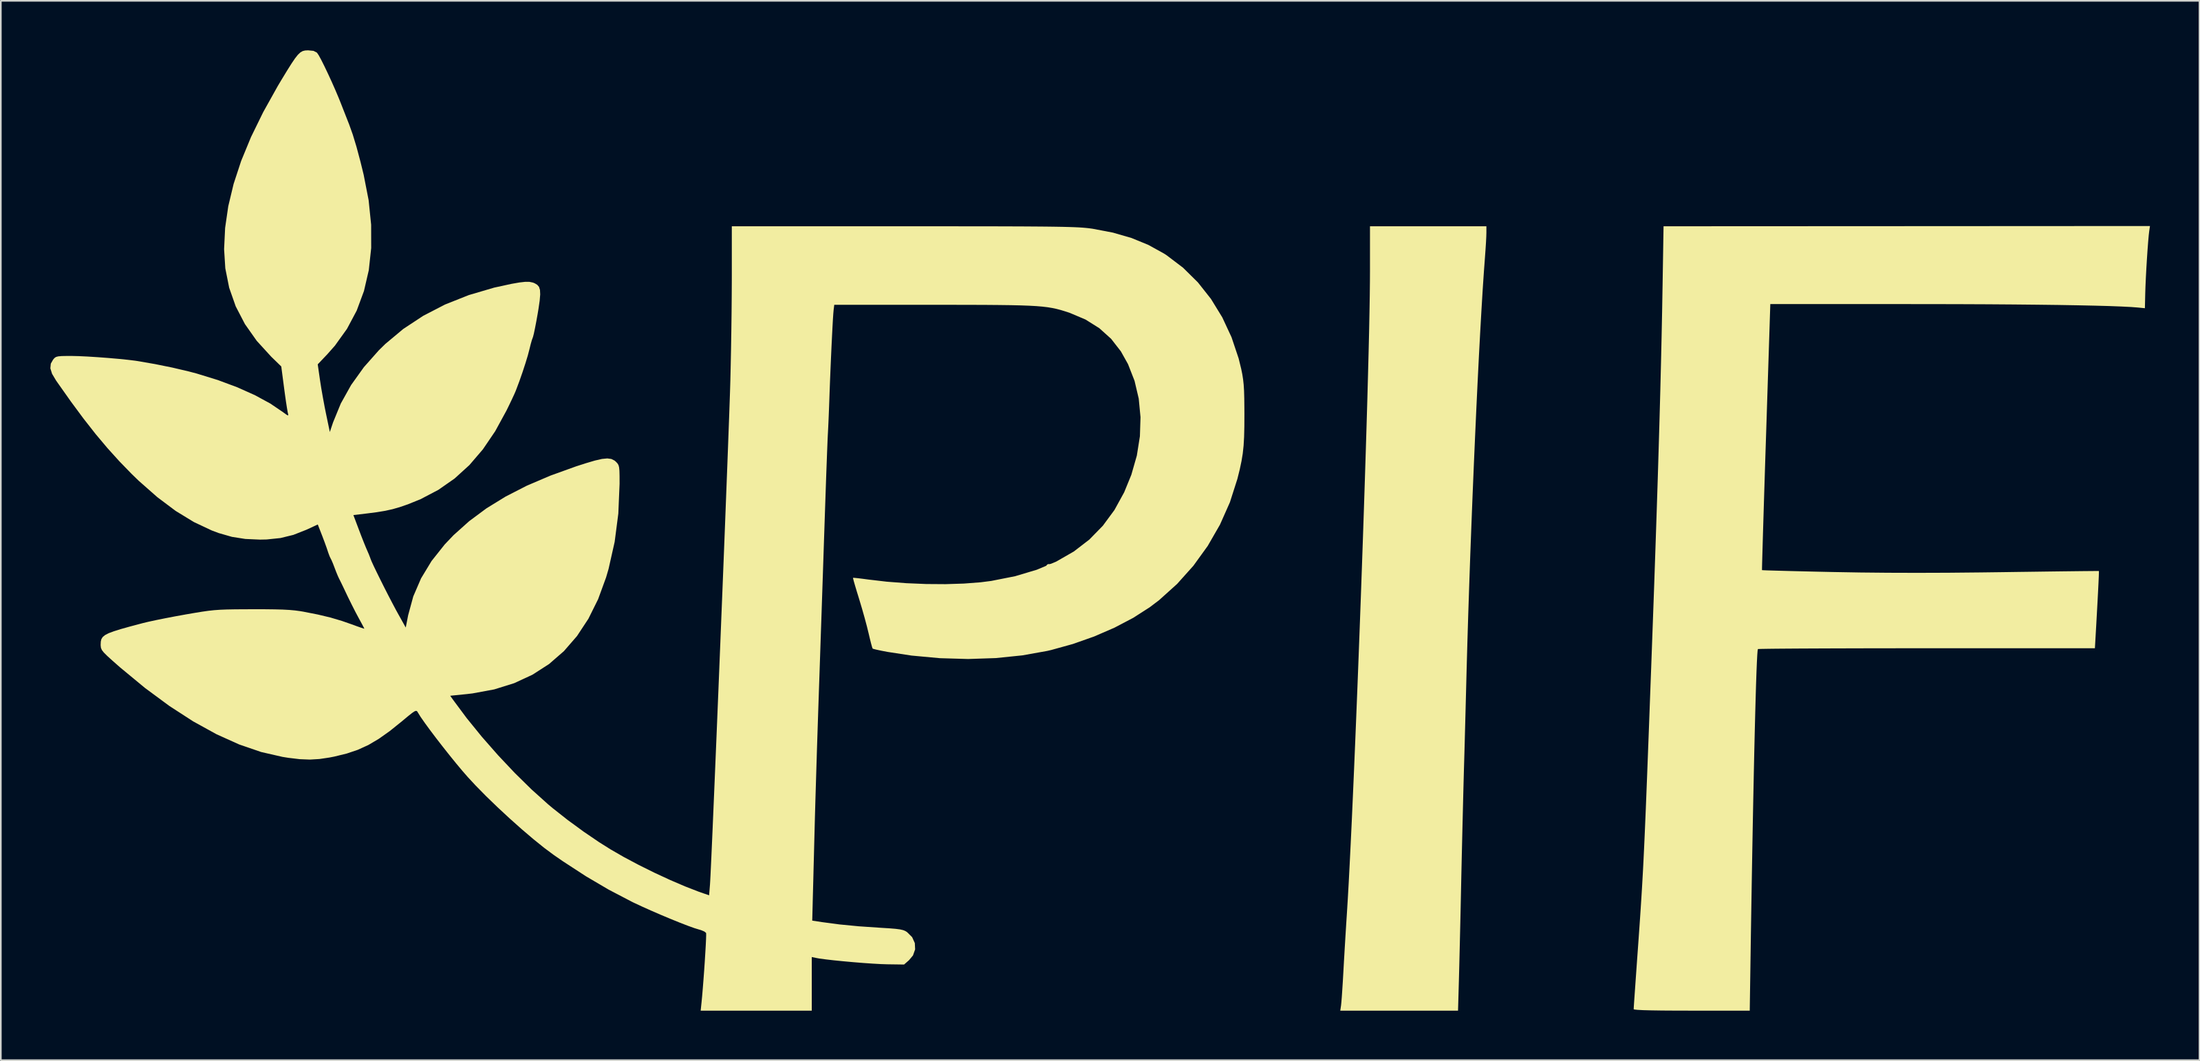
<source format=kicad_pcb>
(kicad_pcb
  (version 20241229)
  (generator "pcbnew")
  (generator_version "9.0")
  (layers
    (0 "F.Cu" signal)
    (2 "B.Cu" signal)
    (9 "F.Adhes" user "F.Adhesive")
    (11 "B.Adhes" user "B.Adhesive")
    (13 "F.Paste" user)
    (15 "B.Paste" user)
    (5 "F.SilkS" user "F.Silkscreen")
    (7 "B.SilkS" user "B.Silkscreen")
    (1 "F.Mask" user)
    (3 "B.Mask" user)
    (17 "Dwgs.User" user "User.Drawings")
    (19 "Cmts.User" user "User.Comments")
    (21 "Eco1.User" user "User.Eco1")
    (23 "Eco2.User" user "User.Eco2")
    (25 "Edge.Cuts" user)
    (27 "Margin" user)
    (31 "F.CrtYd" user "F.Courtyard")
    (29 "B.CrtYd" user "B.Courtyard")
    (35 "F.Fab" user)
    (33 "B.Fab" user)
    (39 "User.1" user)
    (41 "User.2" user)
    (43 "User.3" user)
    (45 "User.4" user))
  (footprint "pif"
    (layer "F.Cu")
    (at 61.577 31.601)
    (property "Reference" "pif" (at 0 0 0) (layer "F.SilkS") (effects (font (size 1.5 1.5) (thickness 0.3))))
    (attr board_only exclude_from_pos_files exclude_from_bom)
    (fp_poly (pts (xy 25.4 -20.549) (xy 25.393 -20.308) (xy 25.375 -19.948) (xy 25.347 -19.52) (xy 25.317 -19.105) (xy 25.248 -18.172) (xy 25.175 -17.085) (xy 25.101 -15.859) (xy 25.024 -14.507) (xy 24.946 -13.046) (xy 24.868 -11.491) (xy 24.79 -9.856) (xy 24.713 -8.157) (xy 24.637 -6.409) (xy 24.563 -4.627) (xy 24.492 -2.826) (xy 24.424 -1.021) (xy 24.361 0.773) (xy 24.302 2.541) (xy 24.249 4.268) (xy 24.202 5.938) (xy 24.167 7.306) (xy 24.152 7.872) (xy 24.134 8.566) (xy 24.113 9.348) (xy 24.091 10.176) (xy 24.068 11.008) (xy 24.045 11.804) (xy 24.041 11.935) (xy 24.022 12.635) (xy 24 13.469) (xy 23.977 14.403) (xy 23.952 15.402) (xy 23.928 16.43) (xy 23.904 17.453) (xy 23.882 18.434) (xy 23.873 18.859) (xy 23.854 19.759) (xy 23.834 20.672) (xy 23.813 21.571) (xy 23.793 22.429) (xy 23.774 23.217) (xy 23.757 23.91) (xy 23.742 24.479) (xy 23.734 24.784) (xy 23.682 26.589) (xy 20.116 26.589) (xy 16.55 26.589) (xy 16.597 26.271) (xy 16.616 26.088) (xy 16.642 25.768) (xy 16.671 25.342) (xy 16.703 24.843) (xy 16.734 24.303) (xy 16.737 24.253) (xy 16.773 23.604) (xy 16.817 22.85) (xy 16.865 22.056) (xy 16.913 21.287) (xy 16.952 20.685) (xy 17.005 19.826) (xy 17.062 18.82) (xy 17.121 17.678) (xy 17.184 16.414) (xy 17.249 15.04) (xy 17.315 13.568) (xy 17.383 12.01) (xy 17.452 10.378) (xy 17.521 8.686) (xy 17.591 6.944) (xy 17.66 5.165) (xy 17.728 3.362) (xy 17.795 1.547) (xy 17.86 -0.268) (xy 17.923 -2.071) (xy 17.983 -3.85) (xy 18.04 -5.591) (xy 18.094 -7.284) (xy 18.144 -8.915) (xy 18.19 -10.472) (xy 18.23 -11.944) (xy 18.266 -13.317) (xy 18.296 -14.58) (xy 18.319 -15.721) (xy 18.336 -16.726) (xy 18.346 -17.585) (xy 18.349 -18.182) (xy 18.349 -20.94) (xy 21.875 -20.94) (xy 25.4 -20.94)) (stroke (width 0) (type solid)) (fill yes) (layer "F.SilkS"))
    (fp_poly (pts (xy 65.546 -20.65) (xy 65.516 -20.39) (xy 65.481 -19.997) (xy 65.444 -19.507) (xy 65.407 -18.956) (xy 65.372 -18.381) (xy 65.342 -17.819) (xy 65.319 -17.306) (xy 65.305 -16.886) (xy 65.284 -15.975) (xy 64.859 -16.017) (xy 64.439 -16.049) (xy 63.856 -16.078) (xy 63.116 -16.106) (xy 62.227 -16.13) (xy 61.194 -16.152) (xy 60.025 -16.172) (xy 58.726 -16.188) (xy 57.304 -16.202) (xy 55.765 -16.213) (xy 54.117 -16.22) (xy 52.366 -16.224) (xy 50.939 -16.225) (xy 42.596 -16.225) (xy 42.336 -8.176) (xy 42.298 -7.023) (xy 42.263 -5.918) (xy 42.23 -4.874) (xy 42.2 -3.902) (xy 42.173 -3.015) (xy 42.149 -2.223) (xy 42.129 -1.539) (xy 42.113 -0.974) (xy 42.101 -0.541) (xy 42.094 -0.25) (xy 42.093 -0.113) (xy 42.093 -0.104) (xy 42.179 -0.098) (xy 42.419 -0.088) (xy 42.796 -0.077) (xy 43.295 -0.063) (xy 43.901 -0.047) (xy 44.595 -0.03) (xy 45.364 -0.012) (xy 46.19 0.006) (xy 46.434 0.011) (xy 48.054 0.039) (xy 49.731 0.055) (xy 51.491 0.06) (xy 53.357 0.054) (xy 55.354 0.035) (xy 56.619 0.019) (xy 57.601 0.005) (xy 58.531 -0.007) (xy 59.397 -0.019) (xy 60.184 -0.029) (xy 60.879 -0.037) (xy 61.468 -0.044) (xy 61.937 -0.048) (xy 62.273 -0.051) (xy 62.461 -0.051) (xy 62.498 -0.05) (xy 62.499 0.037) (xy 62.491 0.28) (xy 62.474 0.662) (xy 62.449 1.169) (xy 62.416 1.788) (xy 62.377 2.502) (xy 62.333 3.297) (xy 62.3 3.865) (xy 62.256 4.63) (xy 52.075 4.63) (xy 50.774 4.63) (xy 49.52 4.631) (xy 48.324 4.633) (xy 47.197 4.636) (xy 46.148 4.639) (xy 45.189 4.643) (xy 44.329 4.647) (xy 43.579 4.652) (xy 42.951 4.657) (xy 42.453 4.663) (xy 42.096 4.669) (xy 41.892 4.675) (xy 41.845 4.679) (xy 41.826 4.781) (xy 41.806 5.046) (xy 41.784 5.467) (xy 41.76 6.039) (xy 41.735 6.755) (xy 41.709 7.607) (xy 41.682 8.591) (xy 41.654 9.698) (xy 41.625 10.923) (xy 41.596 12.258) (xy 41.566 13.698) (xy 41.536 15.236) (xy 41.506 16.865) (xy 41.476 18.579) (xy 41.446 20.371) (xy 41.416 22.235) (xy 41.403 23.128) (xy 41.351 26.589) (xy 37.835 26.589) (xy 36.855 26.587) (xy 36.04 26.582) (xy 35.388 26.572) (xy 34.894 26.559) (xy 34.554 26.541) (xy 34.365 26.52) (xy 34.32 26.5) (xy 34.326 26.398) (xy 34.342 26.145) (xy 34.369 25.76) (xy 34.404 25.259) (xy 34.446 24.662) (xy 34.494 23.987) (xy 34.546 23.253) (xy 34.571 22.91) (xy 34.622 22.199) (xy 34.668 21.541) (xy 34.711 20.923) (xy 34.75 20.333) (xy 34.787 19.76) (xy 34.822 19.192) (xy 34.855 18.616) (xy 34.888 18.021) (xy 34.92 17.395) (xy 34.952 16.725) (xy 34.985 16.001) (xy 35.019 15.209) (xy 35.056 14.338) (xy 35.094 13.376) (xy 35.136 12.311) (xy 35.181 11.131) (xy 35.231 9.824) (xy 35.285 8.378) (xy 35.344 6.782) (xy 35.382 5.777) (xy 35.476 3.206) (xy 35.563 0.794) (xy 35.641 -1.473) (xy 35.713 -3.605) (xy 35.778 -5.616) (xy 35.836 -7.516) (xy 35.888 -9.318) (xy 35.935 -11.033) (xy 35.976 -12.674) (xy 36.012 -14.252) (xy 36.043 -15.78) (xy 36.069 -17.268) (xy 36.072 -17.415) (xy 36.13 -20.94) (xy 50.861 -20.947) (xy 65.591 -20.955)) (stroke (width 0) (type solid)) (fill yes) (layer "F.SilkS"))
    (fp_poly (pts (xy -45.638 -31.569) (xy -45.437 -31.465) (xy -45.421 -31.448) (xy -45.32 -31.297) (xy -45.168 -31.018) (xy -44.979 -30.64) (xy -44.765 -30.192) (xy -44.54 -29.704) (xy -44.319 -29.204) (xy -44.115 -28.721) (xy -43.993 -28.419) (xy -43.832 -28.007) (xy -43.671 -27.598) (xy -43.535 -27.251) (xy -43.477 -27.104) (xy -43.262 -26.501) (xy -43.034 -25.75) (xy -42.792 -24.843) (xy -42.602 -24.069) (xy -42.3 -22.518) (xy -42.148 -21.034) (xy -42.145 -19.62) (xy -42.29 -18.28) (xy -42.583 -17.016) (xy -43.023 -15.829) (xy -43.611 -14.724) (xy -44.344 -13.703) (xy -44.799 -13.189) (xy -45.383 -12.574) (xy -45.245 -11.618) (xy -45.169 -11.131) (xy -45.069 -10.559) (xy -44.961 -9.978) (xy -44.878 -9.568) (xy -44.65 -8.474) (xy -44.454 -9.058) (xy -43.986 -10.2) (xy -43.361 -11.321) (xy -42.588 -12.402) (xy -41.681 -13.426) (xy -41.286 -13.813) (xy -40.204 -14.717) (xy -38.995 -15.514) (xy -37.669 -16.2) (xy -36.232 -16.771) (xy -34.695 -17.223) (xy -33.652 -17.45) (xy -33.171 -17.534) (xy -32.818 -17.574) (xy -32.557 -17.572) (xy -32.35 -17.529) (xy -32.248 -17.489) (xy -32.089 -17.395) (xy -31.98 -17.267) (xy -31.921 -17.081) (xy -31.908 -16.814) (xy -31.939 -16.44) (xy -32.012 -15.937) (xy -32.063 -15.63) (xy -32.145 -15.172) (xy -32.223 -14.767) (xy -32.29 -14.447) (xy -32.341 -14.245) (xy -32.357 -14.199) (xy -32.412 -14.049) (xy -32.486 -13.788) (xy -32.564 -13.473) (xy -32.566 -13.465) (xy -32.662 -13.1) (xy -32.806 -12.628) (xy -32.98 -12.096) (xy -33.169 -11.555) (xy -33.357 -11.054) (xy -33.411 -10.917) (xy -33.489 -10.74) (xy -33.623 -10.452) (xy -33.793 -10.096) (xy -33.953 -9.769) (xy -34.635 -8.52) (xy -35.38 -7.423) (xy -36.196 -6.471) (xy -37.092 -5.656) (xy -38.076 -4.969) (xy -39.157 -4.402) (xy -39.926 -4.091) (xy -40.411 -3.924) (xy -40.848 -3.798) (xy -41.293 -3.699) (xy -41.802 -3.615) (xy -42.37 -3.542) (xy -43.223 -3.44) (xy -42.887 -2.548) (xy -42.734 -2.147) (xy -42.585 -1.769) (xy -42.46 -1.463) (xy -42.397 -1.317) (xy -42.286 -1.06) (xy -42.201 -0.841) (xy -42.186 -0.796) (xy -42.119 -0.63) (xy -41.988 -0.344) (xy -41.805 0.036) (xy -41.586 0.48) (xy -41.346 0.96) (xy -41.098 1.446) (xy -40.856 1.91) (xy -40.636 2.324) (xy -40.507 2.558) (xy -40.052 3.374) (xy -39.906 2.627) (xy -39.596 1.488) (xy -39.124 0.393) (xy -38.488 -0.658) (xy -37.687 -1.666) (xy -37.152 -2.227) (xy -36.209 -3.072) (xy -35.164 -3.848) (xy -34.004 -4.562) (xy -32.718 -5.221) (xy -31.293 -5.83) (xy -29.718 -6.398) (xy -29.154 -6.579) (xy -28.595 -6.744) (xy -28.167 -6.842) (xy -27.843 -6.873) (xy -27.598 -6.84) (xy -27.406 -6.744) (xy -27.315 -6.665) (xy -27.227 -6.57) (xy -27.167 -6.47) (xy -27.13 -6.334) (xy -27.11 -6.128) (xy -27.102 -5.82) (xy -27.101 -5.377) (xy -27.101 -5.327) (xy -27.177 -3.53) (xy -27.399 -1.816) (xy -27.767 -0.18) (xy -27.919 0.34) (xy -28.401 1.658) (xy -28.988 2.841) (xy -29.679 3.89) (xy -30.473 4.805) (xy -31.372 5.586) (xy -32.375 6.232) (xy -33.482 6.745) (xy -34.693 7.123) (xy -36.008 7.366) (xy -36.37 7.408) (xy -37.359 7.508) (xy -37.177 7.765) (xy -36.359 8.865) (xy -35.444 9.992) (xy -34.462 11.111) (xy -33.446 12.189) (xy -32.427 13.19) (xy -31.436 14.081) (xy -31.149 14.321) (xy -30.254 15.028) (xy -29.296 15.73) (xy -28.338 16.382) (xy -27.645 16.818) (xy -26.838 17.283) (xy -25.94 17.76) (xy -24.995 18.229) (xy -24.045 18.669) (xy -23.134 19.06) (xy -22.303 19.383) (xy -22.031 19.478) (xy -21.678 19.598) (xy -21.625 18.952) (xy -21.613 18.754) (xy -21.594 18.397) (xy -21.57 17.891) (xy -21.54 17.249) (xy -21.506 16.481) (xy -21.467 15.597) (xy -21.425 14.609) (xy -21.379 13.528) (xy -21.33 12.365) (xy -21.278 11.13) (xy -21.224 9.835) (xy -21.169 8.49) (xy -21.112 7.107) (xy -21.055 5.695) (xy -20.997 4.267) (xy -20.94 2.833) (xy -20.882 1.404) (xy -20.826 -0.009) (xy -20.771 -1.395) (xy -20.718 -2.743) (xy -20.668 -4.042) (xy -20.62 -5.282) (xy -20.575 -6.451) (xy -20.534 -7.539) (xy -20.497 -8.534) (xy -20.464 -9.426) (xy -20.437 -10.203) (xy -20.414 -10.855) (xy -20.398 -11.372) (xy -20.39 -11.638) (xy -20.369 -12.544) (xy -20.349 -13.549) (xy -20.332 -14.605) (xy -20.318 -15.661) (xy -20.309 -16.668) (xy -20.304 -17.576) (xy -20.303 -17.924) (xy -20.303 -20.94) (xy -9.875 -20.94) (xy -8.312 -20.94) (xy -6.909 -20.939) (xy -5.657 -20.938) (xy -4.545 -20.937) (xy -3.564 -20.934) (xy -2.705 -20.931) (xy -1.958 -20.926) (xy -1.313 -20.921) (xy -0.761 -20.914) (xy -0.291 -20.906) (xy 0.106 -20.896) (xy 0.439 -20.885) (xy 0.719 -20.872) (xy 0.954 -20.856) (xy 1.155 -20.839) (xy 1.332 -20.82) (xy 1.493 -20.798) (xy 1.541 -20.792) (xy 2.786 -20.554) (xy 3.905 -20.23) (xy 4.924 -19.812) (xy 5.869 -19.29) (xy 6.034 -19.183) (xy 7.028 -18.428) (xy 7.927 -17.54) (xy 8.722 -16.533) (xy 9.404 -15.42) (xy 9.964 -14.216) (xy 10.394 -12.933) (xy 10.551 -12.293) (xy 10.616 -11.972) (xy 10.664 -11.667) (xy 10.699 -11.346) (xy 10.722 -10.973) (xy 10.735 -10.517) (xy 10.741 -9.943) (xy 10.743 -9.557) (xy 10.74 -8.804) (xy 10.725 -8.183) (xy 10.695 -7.653) (xy 10.644 -7.175) (xy 10.568 -6.712) (xy 10.465 -6.223) (xy 10.328 -5.67) (xy 10.316 -5.624) (xy 9.866 -4.217) (xy 9.264 -2.86) (xy 8.522 -1.571) (xy 7.652 -0.367) (xy 6.666 0.734) (xy 5.577 1.715) (xy 5.008 2.146) (xy 4.009 2.787) (xy 2.878 3.381) (xy 1.65 3.914) (xy 0.36 4.37) (xy -0.956 4.735) (xy -1.196 4.791) (xy -2.706 5.061) (xy -4.315 5.225) (xy -5.991 5.281) (xy -7.704 5.231) (xy -9.419 5.073) (xy -10.881 4.849) (xy -11.241 4.78) (xy -11.534 4.717) (xy -11.723 4.67) (xy -11.773 4.65) (xy -11.809 4.555) (xy -11.871 4.329) (xy -11.95 4.011) (xy -12.017 3.727) (xy -12.12 3.307) (xy -12.259 2.787) (xy -12.417 2.229) (xy -12.577 1.695) (xy -12.601 1.615) (xy -12.733 1.187) (xy -12.842 0.821) (xy -12.921 0.545) (xy -12.96 0.388) (xy -12.963 0.362) (xy -12.875 0.364) (xy -12.655 0.386) (xy -12.339 0.425) (xy -12.056 0.463) (xy -10.921 0.596) (xy -9.735 0.687) (xy -8.536 0.737) (xy -7.362 0.745) (xy -6.25 0.71) (xy -5.238 0.633) (xy -4.589 0.55) (xy -3.143 0.264) (xy -1.83 -0.128) (xy -0.645 -0.626) (xy 0.414 -1.235) (xy 1.351 -1.956) (xy 2.168 -2.792) (xy 2.871 -3.746) (xy 3.461 -4.82) (xy 3.895 -5.881) (xy 4.229 -7.047) (xy 4.414 -8.216) (xy 4.451 -9.372) (xy 4.343 -10.497) (xy 4.09 -11.574) (xy 3.694 -12.587) (xy 3.261 -13.361) (xy 2.67 -14.121) (xy 1.956 -14.764) (xy 1.122 -15.288) (xy 0.168 -15.692) (xy 0.127 -15.706) (xy -0.137 -15.792) (xy -0.385 -15.867) (xy -0.632 -15.932) (xy -0.89 -15.987) (xy -1.173 -16.034) (xy -1.493 -16.072) (xy -1.866 -16.103) (xy -2.303 -16.127) (xy -2.819 -16.146) (xy -3.426 -16.16) (xy -4.138 -16.169) (xy -4.969 -16.176) (xy -5.932 -16.179) (xy -7.04 -16.181) (xy -8.089 -16.181) (xy -14.098 -16.183) (xy -14.139 -15.843) (xy -14.156 -15.646) (xy -14.179 -15.303) (xy -14.205 -14.839) (xy -14.234 -14.277) (xy -14.265 -13.642) (xy -14.296 -12.957) (xy -14.327 -12.247) (xy -14.356 -11.535) (xy -14.382 -10.847) (xy -14.399 -10.364) (xy -14.418 -9.835) (xy -14.44 -9.297) (xy -14.462 -8.804) (xy -14.482 -8.412) (xy -14.487 -8.325) (xy -14.498 -8.109) (xy -14.513 -7.74) (xy -14.533 -7.237) (xy -14.556 -6.616) (xy -14.583 -5.896) (xy -14.611 -5.094) (xy -14.641 -4.228) (xy -14.672 -3.315) (xy -14.699 -2.506) (xy -14.737 -1.385) (xy -14.778 -0.15) (xy -14.822 1.159) (xy -14.867 2.5) (xy -14.913 3.834) (xy -14.956 5.12) (xy -14.997 6.317) (xy -15.034 7.385) (xy -15.034 7.391) (xy -15.069 8.421) (xy -15.105 9.517) (xy -15.142 10.643) (xy -15.177 11.768) (xy -15.21 12.856) (xy -15.241 13.876) (xy -15.267 14.793) (xy -15.288 15.574) (xy -15.288 15.588) (xy -15.309 16.384) (xy -15.329 17.17) (xy -15.349 17.92) (xy -15.366 18.608) (xy -15.382 19.208) (xy -15.395 19.694) (xy -15.404 20.038) (xy -15.404 20.06) (xy -15.432 21.134) (xy -14.831 21.225) (xy -13.783 21.364) (xy -12.619 21.477) (xy -11.313 21.566) (xy -11.282 21.568) (xy -10.763 21.6) (xy -10.384 21.631) (xy -10.114 21.666) (xy -9.925 21.71) (xy -9.786 21.768) (xy -9.688 21.83) (xy -9.381 22.136) (xy -9.218 22.496) (xy -9.2 22.877) (xy -9.33 23.244) (xy -9.569 23.53) (xy -9.869 23.794) (xy -10.885 23.78) (xy -11.281 23.767) (xy -11.782 23.739) (xy -12.354 23.699) (xy -12.96 23.65) (xy -13.565 23.595) (xy -14.132 23.538) (xy -14.625 23.481) (xy -15.008 23.429) (xy -15.185 23.397) (xy -15.461 23.34) (xy -15.461 24.965) (xy -15.461 26.589) (xy -18.825 26.589) (xy -22.189 26.589) (xy -22.138 26.101) (xy -22.1 25.708) (xy -22.06 25.236) (xy -22.019 24.712) (xy -21.978 24.162) (xy -21.941 23.616) (xy -21.909 23.099) (xy -21.882 22.64) (xy -21.864 22.266) (xy -21.856 22.005) (xy -21.86 21.883) (xy -21.861 21.88) (xy -21.962 21.796) (xy -22.171 21.708) (xy -22.295 21.672) (xy -22.575 21.586) (xy -22.977 21.441) (xy -23.472 21.249) (xy -24.029 21.023) (xy -24.616 20.777) (xy -25.203 20.522) (xy -25.76 20.272) (xy -26.256 20.04) (xy -26.377 19.98) (xy -27.761 19.256) (xy -29.13 18.451) (xy -30.53 17.54) (xy -31.092 17.152) (xy -31.664 16.726) (xy -32.319 16.198) (xy -33.028 15.594) (xy -33.761 14.94) (xy -34.491 14.263) (xy -35.189 13.588) (xy -35.824 12.942) (xy -36.285 12.445) (xy -36.622 12.059) (xy -37.002 11.604) (xy -37.408 11.103) (xy -37.82 10.582) (xy -38.22 10.066) (xy -38.587 9.579) (xy -38.904 9.145) (xy -39.152 8.789) (xy -39.31 8.535) (xy -39.321 8.516) (xy -39.366 8.446) (xy -39.425 8.42) (xy -39.518 8.451) (xy -39.67 8.553) (xy -39.902 8.737) (xy -40.238 9.017) (xy -40.289 9.06) (xy -41.021 9.648) (xy -41.685 10.119) (xy -42.317 10.492) (xy -42.954 10.783) (xy -43.63 11.011) (xy -44.381 11.194) (xy -44.672 11.251) (xy -45.278 11.341) (xy -45.86 11.375) (xy -46.472 11.351) (xy -47.166 11.268) (xy -47.517 11.212) (xy -48.808 10.917) (xy -50.141 10.459) (xy -51.514 9.84) (xy -52.925 9.062) (xy -54.37 8.126) (xy -55.848 7.034) (xy -57.356 5.787) (xy -57.83 5.369) (xy -58.138 5.089) (xy -58.34 4.888) (xy -58.457 4.737) (xy -58.513 4.604) (xy -58.53 4.458) (xy -58.53 4.405) (xy -58.522 4.227) (xy -58.487 4.077) (xy -58.407 3.949) (xy -58.266 3.832) (xy -58.046 3.718) (xy -57.731 3.599) (xy -57.303 3.466) (xy -56.745 3.31) (xy -56.041 3.123) (xy -55.982 3.107) (xy -55.643 3.026) (xy -55.178 2.925) (xy -54.628 2.814) (xy -54.035 2.7) (xy -53.44 2.592) (xy -53.391 2.583) (xy -52.845 2.489) (xy -52.397 2.416) (xy -52.012 2.361) (xy -51.655 2.322) (xy -51.289 2.296) (xy -50.882 2.28) (xy -50.396 2.271) (xy -49.797 2.267) (xy -49.356 2.266) (xy -48.606 2.266) (xy -47.998 2.273) (xy -47.505 2.286) (xy -47.098 2.308) (xy -46.75 2.34) (xy -46.433 2.383) (xy -46.255 2.413) (xy -45.376 2.586) (xy -44.613 2.768) (xy -43.912 2.976) (xy -43.342 3.175) (xy -43.011 3.296) (xy -42.75 3.387) (xy -42.591 3.438) (xy -42.56 3.443) (xy -42.598 3.364) (xy -42.699 3.173) (xy -42.845 2.904) (xy -42.905 2.794) (xy -43.101 2.426) (xy -43.328 1.979) (xy -43.55 1.529) (xy -43.631 1.359) (xy -43.798 1.007) (xy -43.945 0.701) (xy -44.053 0.482) (xy -44.094 0.402) (xy -44.168 0.242) (xy -44.273 -0.014) (xy -44.357 -0.235) (xy -44.462 -0.508) (xy -44.553 -0.719) (xy -44.599 -0.807) (xy -44.662 -0.937) (xy -44.744 -1.158) (xy -44.768 -1.232) (xy -44.851 -1.478) (xy -44.973 -1.815) (xy -45.109 -2.175) (xy -45.127 -2.221) (xy -45.38 -2.87) (xy -46.072 -2.55) (xy -46.859 -2.24) (xy -47.64 -2.049) (xy -48.478 -1.962) (xy -48.877 -1.954) (xy -49.767 -1.993) (xy -50.577 -2.12) (xy -51.376 -2.349) (xy -51.802 -2.508) (xy -52.888 -3.02) (xy -53.986 -3.691) (xy -55.098 -4.525) (xy -56.229 -5.522) (xy -56.666 -5.946) (xy -57.404 -6.707) (xy -58.12 -7.5) (xy -58.833 -8.348) (xy -59.561 -9.276) (xy -60.324 -10.307) (xy -61.141 -11.464) (xy -61.235 -11.599) (xy -61.474 -12.001) (xy -61.577 -12.331) (xy -61.55 -12.615) (xy -61.413 -12.858) (xy -61.329 -12.956) (xy -61.237 -13.02) (xy -61.102 -13.057) (xy -60.889 -13.076) (xy -60.563 -13.082) (xy -60.287 -13.082) (xy -59.866 -13.072) (xy -59.326 -13.047) (xy -58.712 -13.008) (xy -58.071 -12.96) (xy -57.447 -12.906) (xy -56.886 -12.849) (xy -56.436 -12.794) (xy -56.322 -12.777) (xy -55.25 -12.592) (xy -54.192 -12.378) (xy -53.21 -12.148) (xy -52.711 -12.016) (xy -51.435 -11.623) (xy -50.256 -11.184) (xy -49.192 -10.708) (xy -48.261 -10.202) (xy -47.481 -9.674) (xy -47.449 -9.649) (xy -47.253 -9.508) (xy -47.167 -9.478) (xy -47.172 -9.542) (xy -47.203 -9.676) (xy -47.249 -9.946) (xy -47.307 -10.32) (xy -47.37 -10.766) (xy -47.411 -11.071) (xy -47.591 -12.445) (xy -48.202 -13.04) (xy -49.077 -13.998) (xy -49.793 -15.014) (xy -50.35 -16.086) (xy -50.746 -17.213) (xy -50.981 -18.392) (xy -51.054 -19.551) (xy -50.992 -20.841) (xy -50.801 -22.157) (xy -50.478 -23.507) (xy -50.02 -24.901) (xy -49.424 -26.347) (xy -48.686 -27.856) (xy -47.804 -29.437) (xy -47.588 -29.799) (xy -47.248 -30.359) (xy -46.977 -30.79) (xy -46.762 -31.108) (xy -46.587 -31.33) (xy -46.436 -31.474) (xy -46.295 -31.556) (xy -46.147 -31.592) (xy -45.978 -31.601) (xy -45.965 -31.601)) (stroke (width 0) (type solid)) (fill yes) (layer "F.SilkS")))
  (gr_rect
    (start -3 -3)
    (end 130.169 61.191)
    (stroke (width 0.1) (type default))
    (fill no)
    (layer "Edge.Cuts")))
</source>
